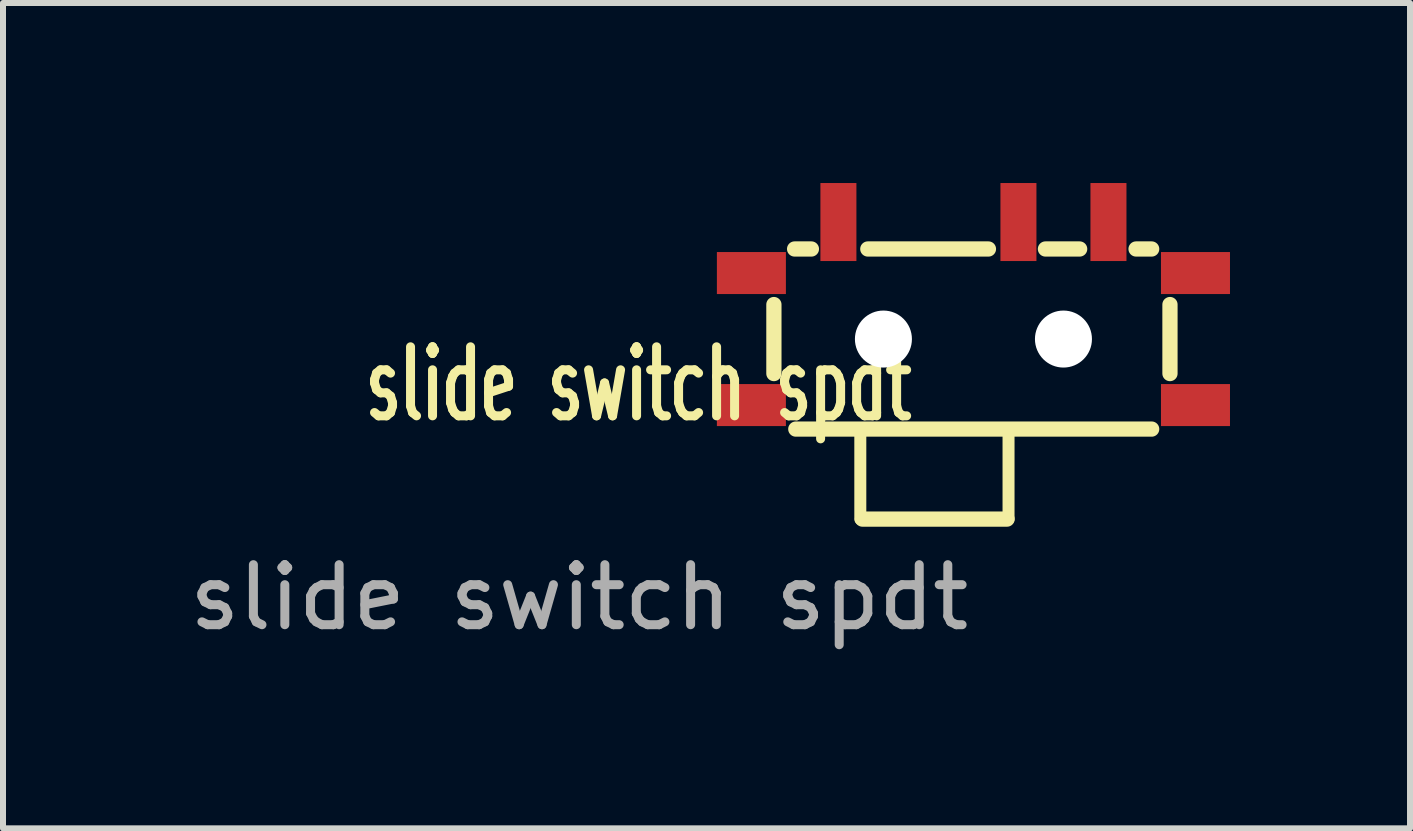
<source format=kicad_pcb>
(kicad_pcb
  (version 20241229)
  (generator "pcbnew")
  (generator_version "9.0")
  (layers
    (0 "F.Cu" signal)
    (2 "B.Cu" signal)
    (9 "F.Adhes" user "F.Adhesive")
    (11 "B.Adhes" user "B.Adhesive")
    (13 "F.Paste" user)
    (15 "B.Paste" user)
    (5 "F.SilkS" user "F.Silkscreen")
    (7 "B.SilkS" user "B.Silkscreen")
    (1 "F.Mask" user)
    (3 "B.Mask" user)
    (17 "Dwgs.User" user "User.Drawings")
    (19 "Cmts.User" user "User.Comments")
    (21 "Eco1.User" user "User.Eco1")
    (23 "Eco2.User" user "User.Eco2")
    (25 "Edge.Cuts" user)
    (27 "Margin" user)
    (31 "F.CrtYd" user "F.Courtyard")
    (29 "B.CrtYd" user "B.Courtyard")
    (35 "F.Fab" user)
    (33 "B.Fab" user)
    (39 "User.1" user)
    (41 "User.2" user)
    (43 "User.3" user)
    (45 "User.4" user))
  (footprint "slide switch spdt"
    (layer "F.Cu")
    (at 13.171 2.175)
    (property "Reference" "slide switch spdt" (at -5.58 1.18 0) (unlocked yes) (layer "F.SilkS") (effects (font (size 1.15 0.7) (thickness 0.15))))
    (attr smd)
    (fp_line (start -3.325 -0.15) (end -3.325 1) (stroke (width 0.254) (type solid)) (layer "F.SilkS"))
    (fp_line (start -2.98 -1.076) (end -2.7 -1.076) (stroke (width 0.254) (type solid)) (layer "F.SilkS"))
    (fp_line (start -2.96 1.925) (end 2.97 1.925) (stroke (width 0.254) (type solid)) (layer "F.SilkS"))
    (fp_line (start -1.885 1.925) (end -1.885 3.425) (stroke (width 0.2) (type solid)) (layer "F.SilkS"))
    (fp_line (start -1.85 3.425) (end 0.56 3.425) (stroke (width 0.254) (type solid)) (layer "F.SilkS"))
    (fp_line (start -1.76 -1.076) (end 0.25 -1.076) (stroke (width 0.254) (type solid)) (layer "F.SilkS"))
    (fp_line (start 0.585 1.925) (end 0.585 3.425) (stroke (width 0.2) (type solid)) (layer "F.SilkS"))
    (fp_line (start 1.2 -1.076) (end 1.77 -1.076) (stroke (width 0.254) (type solid)) (layer "F.SilkS"))
    (fp_line (start 2.71 -1.076) (end 2.97 -1.076) (stroke (width 0.254) (type solid)) (layer "F.SilkS"))
    (fp_line (start 3.275 -0.15) (end 3.275 1) (stroke (width 0.254) (type solid)) (layer "F.SilkS"))
    (fp_text user "${REFERENCE}" (at -6.57 4.73 0) (unlocked yes) (layer "F.Fab") (effects (font (size 1 1) (thickness 0.15))))
    (pad "" np_thru_hole circle (at -1.5 0.425) (size 0.95 0.95) (drill 0.95) (layers "*.Cu" "*.Mask"))
    (pad "" np_thru_hole circle (at 1.5 0.425) (size 0.95 0.95) (drill 0.95) (layers "*.Cu" "*.Mask"))
    (pad "1" smd rect (at -2.25 -1.525) (size 0.6 1.3) (layers "F.Cu" "F.Mask" "F.Paste"))
    (pad "2" smd rect (at 0.75 -1.525) (size 0.6 1.3) (layers "F.Cu" "F.Mask" "F.Paste"))
    (pad "3" smd rect (at 2.25 -1.525) (size 0.6 1.3) (layers "F.Cu" "F.Mask" "F.Paste"))
    (pad "4" smd rect (at -3.7 -0.675) (size 1.15 0.7) (layers "F.Cu" "F.Mask" "F.Paste"))
    (pad "4" smd rect (at -3.7 1.525) (size 1.15 0.7) (layers "F.Cu" "F.Mask" "F.Paste"))
    (pad "4" smd rect (at 3.7 -0.675) (size 1.15 0.7) (layers "F.Cu" "F.Mask" "F.Paste"))
    (pad "4" smd rect (at 3.7 1.525) (size 1.15 0.7) (layers "F.Cu" "F.Mask" "F.Paste")))
  (gr_rect
    (start -3 -3)
    (end 20.446 10.753)
    (stroke (width 0.1) (type default))
    (fill no)
    (layer "Edge.Cuts")))
</source>
